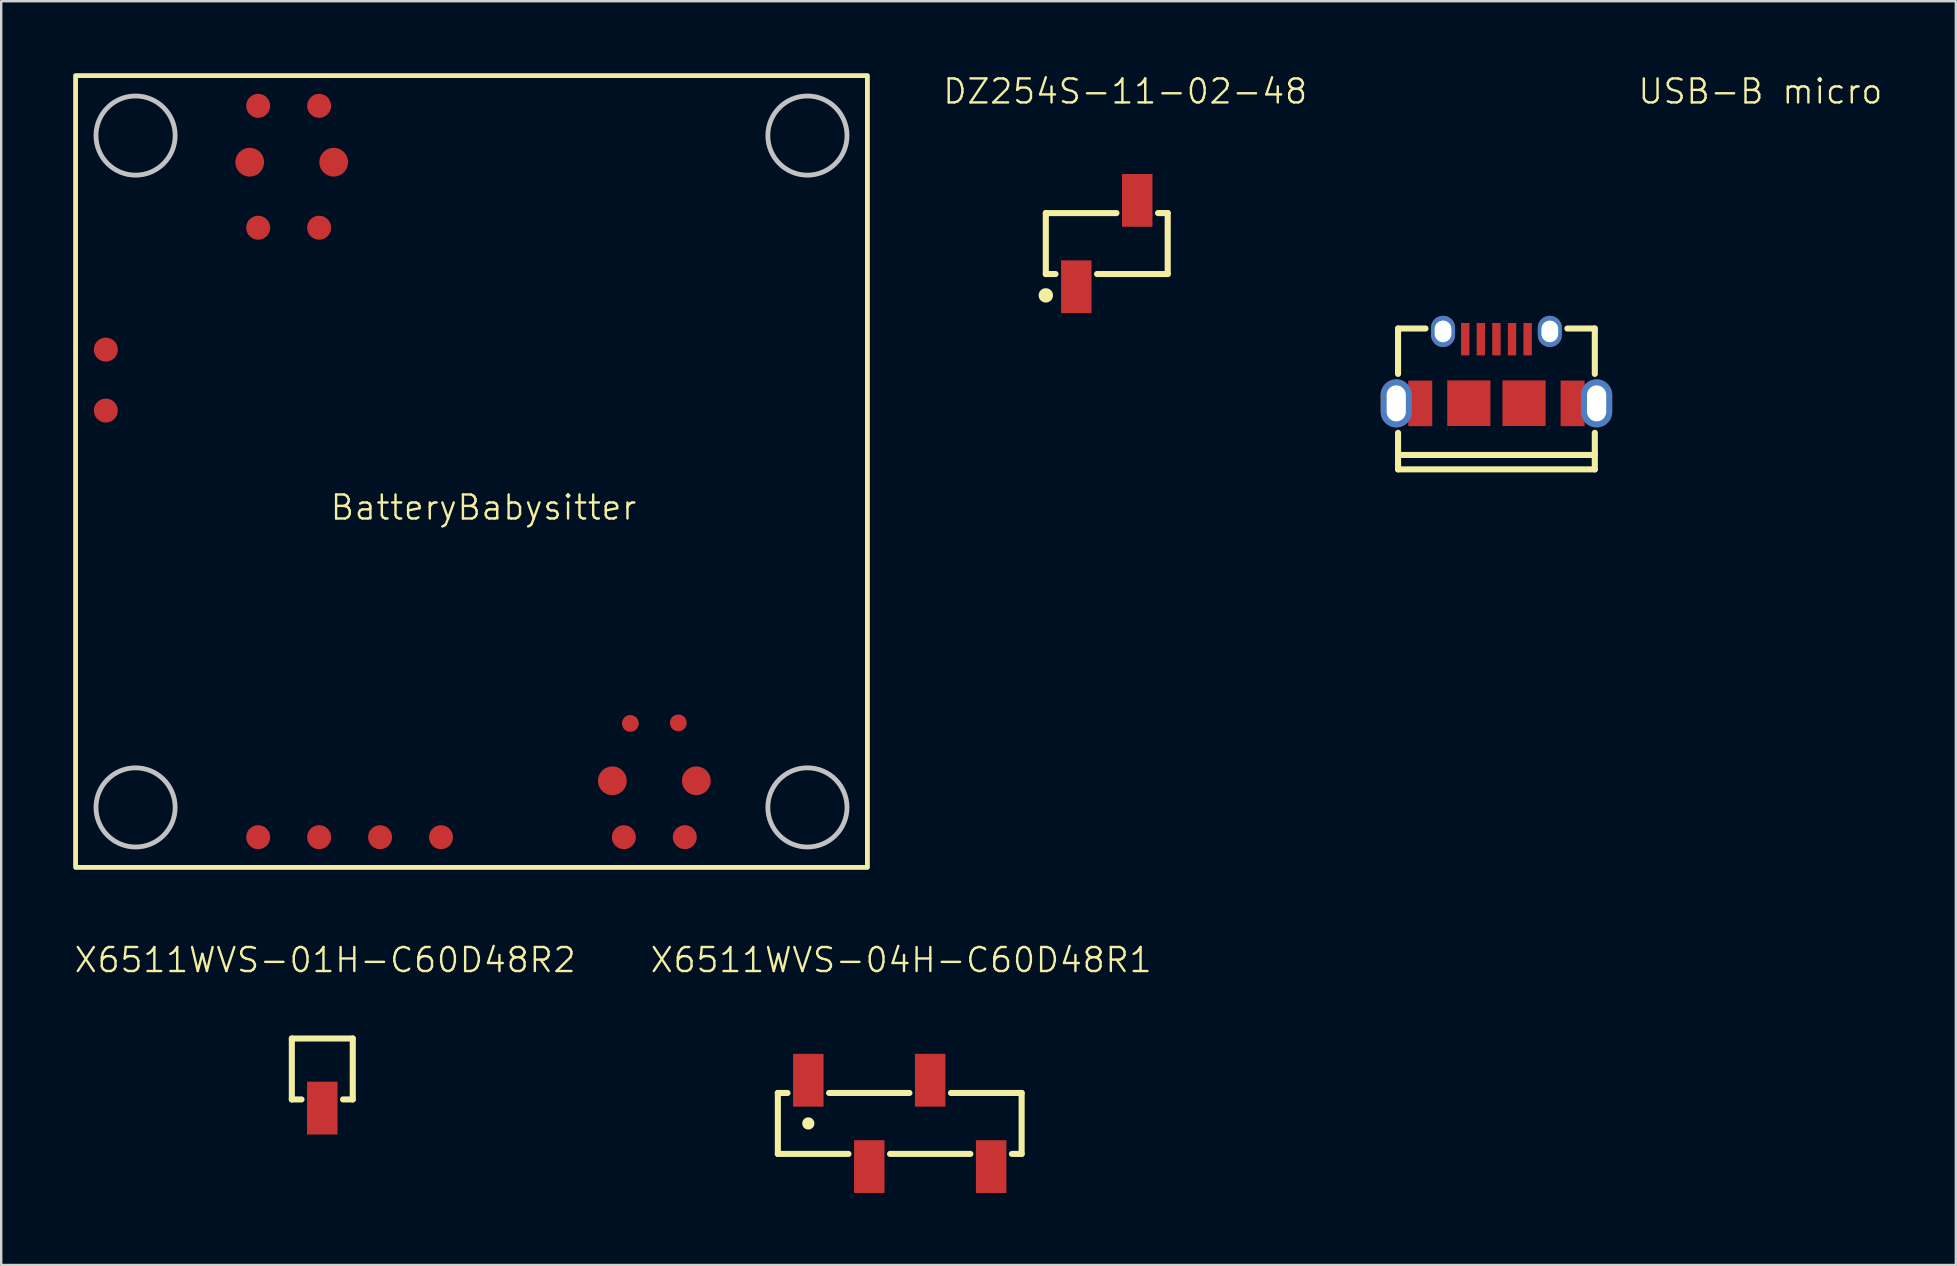
<source format=kicad_pcb>
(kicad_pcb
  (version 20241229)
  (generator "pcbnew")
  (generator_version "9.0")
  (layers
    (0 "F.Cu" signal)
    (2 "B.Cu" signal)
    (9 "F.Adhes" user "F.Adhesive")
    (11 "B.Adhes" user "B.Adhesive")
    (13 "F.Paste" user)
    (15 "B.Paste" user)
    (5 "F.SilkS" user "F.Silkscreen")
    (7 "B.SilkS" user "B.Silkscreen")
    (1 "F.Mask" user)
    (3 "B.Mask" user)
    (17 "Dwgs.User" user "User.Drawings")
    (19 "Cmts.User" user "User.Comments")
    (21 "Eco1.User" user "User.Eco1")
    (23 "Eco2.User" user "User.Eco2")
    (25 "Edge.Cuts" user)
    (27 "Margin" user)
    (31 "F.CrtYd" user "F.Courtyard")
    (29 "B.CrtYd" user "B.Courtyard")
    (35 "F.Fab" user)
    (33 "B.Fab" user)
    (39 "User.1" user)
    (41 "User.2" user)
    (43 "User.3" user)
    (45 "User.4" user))
  (footprint "DZ254S-11-02-48"
    (layer "F.Cu")
    (at 43.075 7.101)
    (property "Reference" "DZ254S-11-02-48" (at 0.77 -6.34 0) (unlocked yes) (layer "F.SilkS") (effects (font (size 1 1) (thickness 0.1))))
    (attr smd)
    (fp_line (start -2.54 1.27) (end -2.54 -1.27) (stroke (width 0.254) (type default)) (layer "F.SilkS"))
    (fp_line (start -2.136 1.27) (end -2.54 1.27) (stroke (width 0.254) (type default)) (layer "F.SilkS"))
    (fp_line (start -0.404 1.269) (end 2.54 1.269) (stroke (width 0.254) (type default)) (layer "F.SilkS"))
    (fp_line (start 0.404 -1.27) (end -2.54 -1.27) (stroke (width 0.254) (type default)) (layer "F.SilkS"))
    (fp_line (start 2.136 -1.271) (end 2.54 -1.271) (stroke (width 0.254) (type default)) (layer "F.SilkS"))
    (fp_line (start 2.54 1.269) (end 2.54 -1.271) (stroke (width 0.254) (type default)) (layer "F.SilkS"))
    (fp_circle (center -2.54 2.159) (end -2.24 2.159) (stroke (width 0) (type solid)) (fill yes) (layer "F.SilkS"))
    (pad "1" smd rect (at -1.27 1.8) (size 1.27 2.2) (layers "F.Cu" "F.Mask" "F.Paste"))
    (pad "2" smd rect (at 1.27 -1.8) (size 1.27 2.2) (layers "F.Cu" "F.Mask" "F.Paste")))
  (footprint "BatteryBabysitter"
    (layer "F.Cu")
    (at 16.6 16.6)
    (property "Reference" "BatteryBabysitter" (at 0.5 1.5 0) (unlocked yes) (layer "F.SilkS") (effects (font (size 1 1) (thickness 0.1))))
    (attr smd)
    (fp_rect (start -16.5 -16.5) (end 16.5 16.5) (stroke (width 0.2) (type default)) (fill no) (layer "F.SilkS"))
    (fp_circle (center -14 -14) (end -12.35 -14) (stroke (width 0.2) (type solid)) (fill no) (layer "Dwgs.User"))
    (fp_circle (center -14 14) (end -12.35 14) (stroke (width 0.2) (type solid)) (fill no) (layer "Dwgs.User"))
    (fp_circle (center 14 -14) (end 15.65 -14) (stroke (width 0.2) (type solid)) (fill no) (layer "Dwgs.User"))
    (fp_circle (center 14 14) (end 15.65 14) (stroke (width 0.2) (type solid)) (fill no) (layer "Dwgs.User"))
    (pad "1" smd circle (at -15.24 -5.08) (size 1 1) (layers "F.Cu" "F.Mask" "F.Paste"))
    (pad "2" smd circle (at -15.24 -2.54) (size 1 1) (layers "F.Cu" "F.Mask" "F.Paste"))
    (pad "3" smd circle (at 8.62 10.477) (size 0.7 0.7) (layers "F.Cu" "F.Mask" "F.Paste"))
    (pad "3" smd circle (at 8.89 15.24) (size 1 1) (layers "F.Cu" "F.Mask" "F.Paste"))
    (pad "3" smd circle (at 9.37 12.89) (size 1.2 1.2) (layers "F.Cu" "F.Mask" "F.Paste"))
    (pad "4" smd circle (at 5.87 12.89) (size 1.2 1.2) (layers "F.Cu" "F.Mask" "F.Paste"))
    (pad "4" smd circle (at 6.35 15.24) (size 1 1) (layers "F.Cu" "F.Mask" "F.Paste"))
    (pad "4" smd circle (at 6.62 10.5) (size 0.7 0.7) (layers "F.Cu" "F.Mask" "F.Paste"))
    (pad "5" smd circle (at -1.27 15.24) (size 1 1) (layers "F.Cu" "F.Mask" "F.Paste"))
    (pad "6" smd circle (at -3.81 15.24) (size 1 1) (layers "F.Cu" "F.Mask" "F.Paste"))
    (pad "7" smd circle (at -6.35 15.24) (size 1 1) (layers "F.Cu" "F.Mask" "F.Paste"))
    (pad "8" smd circle (at -8.89 15.24) (size 1 1) (layers "F.Cu" "F.Mask" "F.Paste"))
    (pad "9" smd circle (at -6.35 -15.24) (size 1 1) (layers "F.Cu" "F.Mask" "F.Paste"))
    (pad "9" smd circle (at -6.35 -10.16) (size 1 1) (layers "F.Cu" "F.Mask" "F.Paste"))
    (pad "9" smd circle (at -5.743 -12.891) (size 1.2 1.2) (layers "F.Cu" "F.Mask" "F.Paste"))
    (pad "10" smd circle (at -9.243 -12.891) (size 1.2 1.2) (layers "F.Cu" "F.Mask" "F.Paste"))
    (pad "10" smd circle (at -8.89 -15.24) (size 1 1) (layers "F.Cu" "F.Mask" "F.Paste"))
    (pad "10" smd circle (at -8.89 -10.16) (size 1 1) (layers "F.Cu" "F.Mask" "F.Paste")))
  (footprint "X6511WVS-04H-C60D48R1"
    (layer "F.Cu")
    (at 34.447 43.77)
    (property "Reference" "X6511WVS-04H-C60D48R1" (at 0.06 -6.81 0) (unlocked yes) (layer "F.SilkS") (effects (font (size 1 1) (thickness 0.1))))
    (attr smd)
    (fp_line (start -5.08 -1.27) (end -5.08 1.27) (stroke (width 0.254) (type default)) (layer "F.SilkS"))
    (fp_line (start -5.08 -1.27) (end -4.676 -1.27) (stroke (width 0.254) (type default)) (layer "F.SilkS"))
    (fp_line (start -5.08 1.27) (end -2.136 1.27) (stroke (width 0.254) (type default)) (layer "F.SilkS"))
    (fp_line (start -2.944 -1.27) (end 0.404 -1.27) (stroke (width 0.254) (type default)) (layer "F.SilkS"))
    (fp_line (start -0.404 1.27) (end 2.944 1.27) (stroke (width 0.254) (type default)) (layer "F.SilkS"))
    (fp_line (start 4.676 1.27) (end 5.08 1.27) (stroke (width 0.254) (type default)) (layer "F.SilkS"))
    (fp_line (start 5.08 -1.27) (end 2.136 -1.27) (stroke (width 0.254) (type default)) (layer "F.SilkS"))
    (fp_line (start 5.08 -1.27) (end 5.08 1.27) (stroke (width 0.254) (type default)) (layer "F.SilkS"))
    (fp_circle (center -3.81 0) (end -3.556 0) (stroke (width 0) (type solid)) (fill yes) (layer "F.SilkS"))
    (pad "1" smd rect (at -3.81 -1.8) (size 1.27 2.2) (layers "F.Cu" "F.Mask" "F.Paste"))
    (pad "2" smd rect (at -1.27 1.8) (size 1.27 2.2) (layers "F.Cu" "F.Mask" "F.Paste"))
    (pad "3" smd rect (at 1.27 -1.8) (size 1.27 2.2) (layers "F.Cu" "F.Mask" "F.Paste"))
    (pad "4" smd rect (at 3.81 1.8) (size 1.27 2.2) (layers "F.Cu" "F.Mask" "F.Paste")))
  (footprint "USB-B micro"
    (layer "F.Cu")
    (at 59.315 12.261)
    (property "Reference" "USB-B micro" (at 11 -11.5 0) (unlocked yes) (layer "F.SilkS") (effects (font (size 1 1) (thickness 0.1))))
    (attr smd)
    (fp_line (start -4.1 -1.62) (end -4.1 0.272) (stroke (width 0.254) (type default)) (layer "F.SilkS"))
    (fp_line (start -4.1 -1.62) (end -2.956 -1.62) (stroke (width 0.254) (type default)) (layer "F.SilkS"))
    (fp_line (start -4.1 3.65) (end 4.1 3.65) (stroke (width 0.254) (type default)) (layer "F.SilkS"))
    (fp_line (start -4.1 4.25) (end -4.1 2.728) (stroke (width 0.254) (type default)) (layer "F.SilkS"))
    (fp_line (start -4.1 4.25) (end 4.1 4.25) (stroke (width 0.254) (type default)) (layer "F.SilkS"))
    (fp_line (start 4.1 -1.62) (end 2.956 -1.62) (stroke (width 0.254) (type default)) (layer "F.SilkS"))
    (fp_line (start 4.1 -1.62) (end 4.1 0.272) (stroke (width 0.254) (type default)) (layer "F.SilkS"))
    (fp_line (start 4.1 4.25) (end 4.1 2.728) (stroke (width 0.254) (type default)) (layer "F.SilkS"))
    (pad "1" smd rect (at -1.3 -1.175) (size 0.35 1.35) (layers "F.Cu" "F.Mask" "F.Paste"))
    (pad "2" smd rect (at -0.65 -1.175) (size 0.35 1.35) (layers "F.Cu" "F.Mask" "F.Paste"))
    (pad "3" smd rect (at 0 -1.175) (size 0.35 1.35) (layers "F.Cu" "F.Mask" "F.Paste"))
    (pad "4" smd rect (at 0.65 -1.175) (size 0.35 1.35) (layers "F.Cu" "F.Mask" "F.Paste"))
    (pad "5" smd rect (at 1.3 -1.175) (size 0.35 1.35) (layers "F.Cu" "F.Mask" "F.Paste"))
    (pad "6" thru_hole oval (at -4.175 1.5) (size 1.3 2) (drill oval 0.8 1.5) (layers "*.Cu" "*.Mask"))
    (pad "6" smd rect (at -3.175 1.5) (size 1 1.9) (layers "F.Cu" "F.Mask" "F.Paste"))
    (pad "6" thru_hole oval (at -2.225 -1.5) (size 1 1.3) (drill oval 0.7 0.9) (layers "*.Cu" "*.Mask"))
    (pad "6" smd rect (at -1.15 1.492) (size 1.8 1.9) (layers "F.Cu" "F.Mask" "F.Paste"))
    (pad "6" smd rect (at 1.15 1.492) (size 1.8 1.9) (layers "F.Cu" "F.Mask" "F.Paste"))
    (pad "6" thru_hole oval (at 2.225 -1.5) (size 1 1.3) (drill oval 0.7 0.9) (layers "*.Cu" "*.Mask"))
    (pad "6" smd rect (at 3.175 1.5) (size 1 1.9) (layers "F.Cu" "F.Mask" "F.Paste" "Eco1.User"))
    (pad "6" thru_hole oval (at 4.175 1.5) (size 1.3 2) (drill oval 0.8 1.5) (layers "*.Cu" "*.Mask")))
  (footprint "X6511WVS-01H-C60D48R2"
    (layer "F.Cu")
    (at 10.382 43.13)
    (property "Reference" "X6511WVS-01H-C60D48R2" (at 0.12 -6.17 0) (unlocked yes) (layer "F.SilkS") (effects (font (size 1 1) (thickness 0.1))))
    (attr smd)
    (fp_line (start -1.27 -2.9) (end -1.27 -0.36) (stroke (width 0.254) (type default)) (layer "F.SilkS"))
    (fp_line (start -1.27 -2.9) (end 1.27 -2.9) (stroke (width 0.254) (type default)) (layer "F.SilkS"))
    (fp_line (start -0.866 -0.36) (end -1.27 -0.36) (stroke (width 0.254) (type default)) (layer "F.SilkS"))
    (fp_line (start 0.866 -0.36) (end 1.27 -0.36) (stroke (width 0.254) (type default)) (layer "F.SilkS"))
    (fp_line (start 1.27 -2.9) (end 1.27 -0.36) (stroke (width 0.254) (type default)) (layer "F.SilkS"))
    (pad "1" smd rect (at 0 0) (size 1.27 2.2) (layers "F.Cu" "F.Mask" "F.Paste")))
  (gr_rect
    (start -3 -3)
    (end 78.461 49.67)
    (stroke (width 0.1) (type default))
    (fill no)
    (layer "Edge.Cuts")))
</source>
